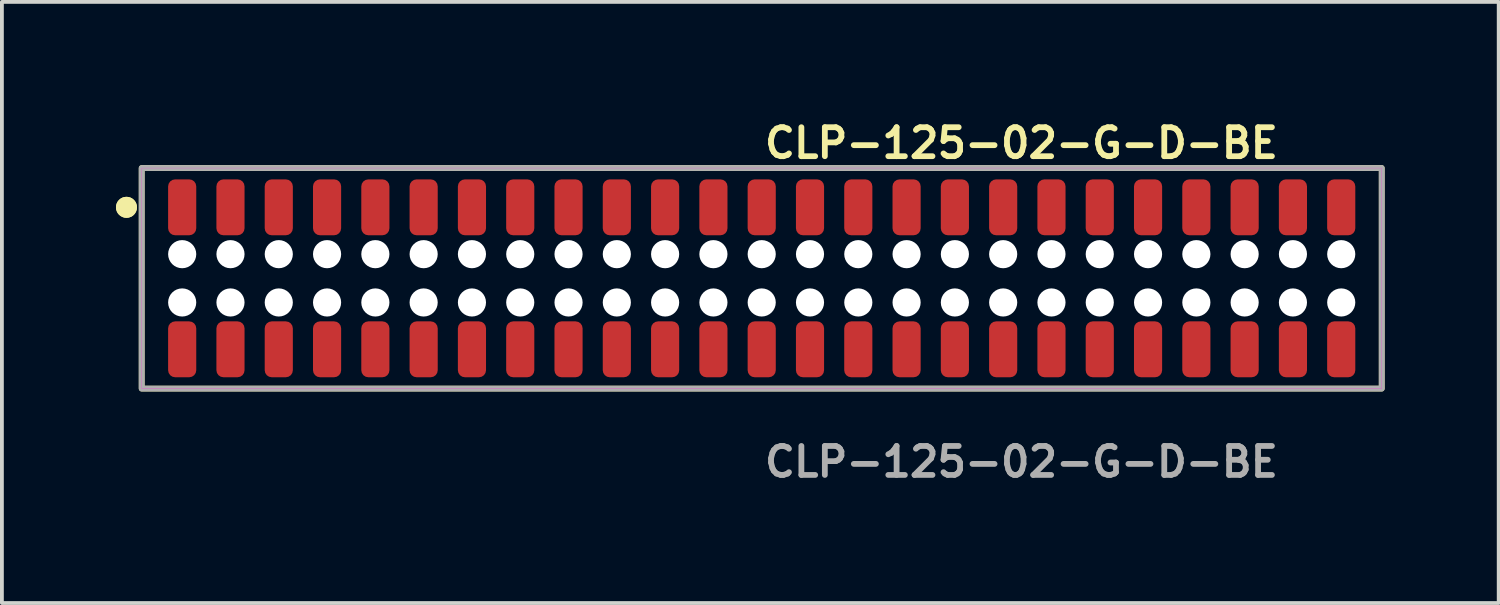
<source format=kicad_pcb>
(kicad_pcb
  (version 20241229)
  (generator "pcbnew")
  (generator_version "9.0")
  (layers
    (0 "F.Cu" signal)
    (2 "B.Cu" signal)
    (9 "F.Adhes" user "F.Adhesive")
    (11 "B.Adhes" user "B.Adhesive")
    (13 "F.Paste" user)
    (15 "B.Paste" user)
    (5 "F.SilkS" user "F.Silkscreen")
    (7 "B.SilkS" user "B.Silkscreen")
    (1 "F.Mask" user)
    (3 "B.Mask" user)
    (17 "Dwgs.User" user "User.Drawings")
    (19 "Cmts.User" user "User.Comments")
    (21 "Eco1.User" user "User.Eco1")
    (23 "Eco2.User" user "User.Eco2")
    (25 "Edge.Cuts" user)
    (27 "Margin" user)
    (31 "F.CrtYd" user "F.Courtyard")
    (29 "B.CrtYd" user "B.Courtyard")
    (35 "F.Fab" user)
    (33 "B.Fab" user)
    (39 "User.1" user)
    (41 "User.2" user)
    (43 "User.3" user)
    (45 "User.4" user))
  (footprint "CLP-125-02-G-D-BE"
    (layer "F.Cu")
    (at 16.981 4.269)
    (property "Reference" "CLP-125-02-G-D-BE" (at 0 -3.556 0) (unlocked yes) (layer "F.SilkS") (effects (font (size 0.762 0.762) (thickness 0.152)) (justify left)))
    (fp_rect (start -16.305 2.9) (end 16.305 -2.9) (stroke (width 0.152) (type solid)) (fill no) (layer "F.SilkS"))
    (fp_circle (center -16.705 -1.867) (end -16.905 -1.867) (stroke (width 0.152) (type solid)) (fill yes) (layer "F.SilkS"))
    (fp_circle (center -16.705 -1.867) (end -16.905 -1.867) (stroke (width 0.152) (type solid)) (fill yes) (layer "F.SilkS"))
    (fp_rect (start -16.305 2.9) (end 16.305 -2.9) (stroke (width 0.006) (type solid)) (fill no) (layer "F.CrtYd"))
    (fp_rect (start -16.305 2.9) (end 16.305 -2.9) (stroke (width 0.152) (type solid)) (fill no) (layer "F.Fab"))
    (fp_text user "${REFERENCE}" (at 0 4.826 0) (unlocked yes) (layer "F.Fab") (effects (font (size 0.762 0.762) (thickness 0.152)) (justify left)))
    (pad "" np_thru_hole circle (at -15.24 -0.635) (size 0.74 0.74) (drill 0.74) (layers "*.Cu" "*.Mask"))
    (pad "" np_thru_hole circle (at -15.24 0.635) (size 0.74 0.74) (drill 0.74) (layers "*.Cu" "*.Mask"))
    (pad "" np_thru_hole circle (at -13.97 -0.635) (size 0.74 0.74) (drill 0.74) (layers "*.Cu" "*.Mask"))
    (pad "" np_thru_hole circle (at -13.97 0.635) (size 0.74 0.74) (drill 0.74) (layers "*.Cu" "*.Mask"))
    (pad "" np_thru_hole circle (at -12.7 -0.635) (size 0.74 0.74) (drill 0.74) (layers "*.Cu" "*.Mask"))
    (pad "" np_thru_hole circle (at -12.7 0.635) (size 0.74 0.74) (drill 0.74) (layers "*.Cu" "*.Mask"))
    (pad "" np_thru_hole circle (at -11.43 -0.635) (size 0.74 0.74) (drill 0.74) (layers "*.Cu" "*.Mask"))
    (pad "" np_thru_hole circle (at -11.43 0.635) (size 0.74 0.74) (drill 0.74) (layers "*.Cu" "*.Mask"))
    (pad "" np_thru_hole circle (at -10.16 -0.635) (size 0.74 0.74) (drill 0.74) (layers "*.Cu" "*.Mask"))
    (pad "" np_thru_hole circle (at -10.16 0.635) (size 0.74 0.74) (drill 0.74) (layers "*.Cu" "*.Mask"))
    (pad "" np_thru_hole circle (at -8.89 -0.635) (size 0.74 0.74) (drill 0.74) (layers "*.Cu" "*.Mask"))
    (pad "" np_thru_hole circle (at -8.89 0.635) (size 0.74 0.74) (drill 0.74) (layers "*.Cu" "*.Mask"))
    (pad "" np_thru_hole circle (at -7.62 -0.635) (size 0.74 0.74) (drill 0.74) (layers "*.Cu" "*.Mask"))
    (pad "" np_thru_hole circle (at -7.62 0.635) (size 0.74 0.74) (drill 0.74) (layers "*.Cu" "*.Mask"))
    (pad "" np_thru_hole circle (at -6.35 -0.635) (size 0.74 0.74) (drill 0.74) (layers "*.Cu" "*.Mask"))
    (pad "" np_thru_hole circle (at -6.35 0.635) (size 0.74 0.74) (drill 0.74) (layers "*.Cu" "*.Mask"))
    (pad "" np_thru_hole circle (at -5.08 -0.635) (size 0.74 0.74) (drill 0.74) (layers "*.Cu" "*.Mask"))
    (pad "" np_thru_hole circle (at -5.08 0.635) (size 0.74 0.74) (drill 0.74) (layers "*.Cu" "*.Mask"))
    (pad "" np_thru_hole circle (at -3.81 -0.635) (size 0.74 0.74) (drill 0.74) (layers "*.Cu" "*.Mask"))
    (pad "" np_thru_hole circle (at -3.81 0.635) (size 0.74 0.74) (drill 0.74) (layers "*.Cu" "*.Mask"))
    (pad "" np_thru_hole circle (at -2.54 -0.635) (size 0.74 0.74) (drill 0.74) (layers "*.Cu" "*.Mask"))
    (pad "" np_thru_hole circle (at -2.54 0.635) (size 0.74 0.74) (drill 0.74) (layers "*.Cu" "*.Mask"))
    (pad "" np_thru_hole circle (at -1.27 -0.635) (size 0.74 0.74) (drill 0.74) (layers "*.Cu" "*.Mask"))
    (pad "" np_thru_hole circle (at -1.27 0.635) (size 0.74 0.74) (drill 0.74) (layers "*.Cu" "*.Mask"))
    (pad "" np_thru_hole circle (at 0 -0.635) (size 0.74 0.74) (drill 0.74) (layers "*.Cu" "*.Mask"))
    (pad "" np_thru_hole circle (at 0 0.635) (size 0.74 0.74) (drill 0.74) (layers "*.Cu" "*.Mask"))
    (pad "" np_thru_hole circle (at 1.27 -0.635) (size 0.74 0.74) (drill 0.74) (layers "*.Cu" "*.Mask"))
    (pad "" np_thru_hole circle (at 1.27 0.635) (size 0.74 0.74) (drill 0.74) (layers "*.Cu" "*.Mask"))
    (pad "" np_thru_hole circle (at 2.54 -0.635) (size 0.74 0.74) (drill 0.74) (layers "*.Cu" "*.Mask"))
    (pad "" np_thru_hole circle (at 2.54 0.635) (size 0.74 0.74) (drill 0.74) (layers "*.Cu" "*.Mask"))
    (pad "" np_thru_hole circle (at 3.81 -0.635) (size 0.74 0.74) (drill 0.74) (layers "*.Cu" "*.Mask"))
    (pad "" np_thru_hole circle (at 3.81 0.635) (size 0.74 0.74) (drill 0.74) (layers "*.Cu" "*.Mask"))
    (pad "" np_thru_hole circle (at 5.08 -0.635) (size 0.74 0.74) (drill 0.74) (layers "*.Cu" "*.Mask"))
    (pad "" np_thru_hole circle (at 5.08 0.635) (size 0.74 0.74) (drill 0.74) (layers "*.Cu" "*.Mask"))
    (pad "" np_thru_hole circle (at 6.35 -0.635) (size 0.74 0.74) (drill 0.74) (layers "*.Cu" "*.Mask"))
    (pad "" np_thru_hole circle (at 6.35 0.635) (size 0.74 0.74) (drill 0.74) (layers "*.Cu" "*.Mask"))
    (pad "" np_thru_hole circle (at 7.62 -0.635) (size 0.74 0.74) (drill 0.74) (layers "*.Cu" "*.Mask"))
    (pad "" np_thru_hole circle (at 7.62 0.635) (size 0.74 0.74) (drill 0.74) (layers "*.Cu" "*.Mask"))
    (pad "" np_thru_hole circle (at 8.89 -0.635) (size 0.74 0.74) (drill 0.74) (layers "*.Cu" "*.Mask"))
    (pad "" np_thru_hole circle (at 8.89 0.635) (size 0.74 0.74) (drill 0.74) (layers "*.Cu" "*.Mask"))
    (pad "" np_thru_hole circle (at 10.16 -0.635) (size 0.74 0.74) (drill 0.74) (layers "*.Cu" "*.Mask"))
    (pad "" np_thru_hole circle (at 10.16 0.635) (size 0.74 0.74) (drill 0.74) (layers "*.Cu" "*.Mask"))
    (pad "" np_thru_hole circle (at 11.43 -0.635) (size 0.74 0.74) (drill 0.74) (layers "*.Cu" "*.Mask"))
    (pad "" np_thru_hole circle (at 11.43 0.635) (size 0.74 0.74) (drill 0.74) (layers "*.Cu" "*.Mask"))
    (pad "" np_thru_hole circle (at 12.7 -0.635) (size 0.74 0.74) (drill 0.74) (layers "*.Cu" "*.Mask"))
    (pad "" np_thru_hole circle (at 12.7 0.635) (size 0.74 0.74) (drill 0.74) (layers "*.Cu" "*.Mask"))
    (pad "" np_thru_hole circle (at 13.97 -0.635) (size 0.74 0.74) (drill 0.74) (layers "*.Cu" "*.Mask"))
    (pad "" np_thru_hole circle (at 13.97 0.635) (size 0.74 0.74) (drill 0.74) (layers "*.Cu" "*.Mask"))
    (pad "" np_thru_hole circle (at 15.24 -0.635) (size 0.74 0.74) (drill 0.74) (layers "*.Cu" "*.Mask"))
    (pad "" np_thru_hole circle (at 15.24 0.635) (size 0.74 0.74) (drill 0.74) (layers "*.Cu" "*.Mask"))
    (pad "1" smd roundrect (at -15.24 -1.867) (size 0.74 1.47) (layers "F.Cu" "F.Paste") (roundrect_rratio 0.25))
    (pad "2" smd roundrect (at -15.24 1.867) (size 0.74 1.47) (layers "F.Cu" "F.Paste") (roundrect_rratio 0.25))
    (pad "3" smd roundrect (at -13.97 -1.867) (size 0.74 1.47) (layers "F.Cu" "F.Paste") (roundrect_rratio 0.25))
    (pad "4" smd roundrect (at -13.97 1.867) (size 0.74 1.47) (layers "F.Cu" "F.Paste") (roundrect_rratio 0.25))
    (pad "5" smd roundrect (at -12.7 -1.867) (size 0.74 1.47) (layers "F.Cu" "F.Paste") (roundrect_rratio 0.25))
    (pad "6" smd roundrect (at -12.7 1.867) (size 0.74 1.47) (layers "F.Cu" "F.Paste") (roundrect_rratio 0.25))
    (pad "7" smd roundrect (at -11.43 -1.867) (size 0.74 1.47) (layers "F.Cu" "F.Paste") (roundrect_rratio 0.25))
    (pad "8" smd roundrect (at -11.43 1.867) (size 0.74 1.47) (layers "F.Cu" "F.Paste") (roundrect_rratio 0.25))
    (pad "9" smd roundrect (at -10.16 -1.867) (size 0.74 1.47) (layers "F.Cu" "F.Paste") (roundrect_rratio 0.25))
    (pad "10" smd roundrect (at -10.16 1.867) (size 0.74 1.47) (layers "F.Cu" "F.Paste") (roundrect_rratio 0.25))
    (pad "11" smd roundrect (at -8.89 -1.867) (size 0.74 1.47) (layers "F.Cu" "F.Paste") (roundrect_rratio 0.25))
    (pad "12" smd roundrect (at -8.89 1.867) (size 0.74 1.47) (layers "F.Cu" "F.Paste") (roundrect_rratio 0.25))
    (pad "13" smd roundrect (at -7.62 -1.867) (size 0.74 1.47) (layers "F.Cu" "F.Paste") (roundrect_rratio 0.25))
    (pad "14" smd roundrect (at -7.62 1.867) (size 0.74 1.47) (layers "F.Cu" "F.Paste") (roundrect_rratio 0.25))
    (pad "15" smd roundrect (at -6.35 -1.867) (size 0.74 1.47) (layers "F.Cu" "F.Paste") (roundrect_rratio 0.25))
    (pad "16" smd roundrect (at -6.35 1.867) (size 0.74 1.47) (layers "F.Cu" "F.Paste") (roundrect_rratio 0.25))
    (pad "17" smd roundrect (at -5.08 -1.867) (size 0.74 1.47) (layers "F.Cu" "F.Paste") (roundrect_rratio 0.25))
    (pad "18" smd roundrect (at -5.08 1.867) (size 0.74 1.47) (layers "F.Cu" "F.Paste") (roundrect_rratio 0.25))
    (pad "19" smd roundrect (at -3.81 -1.867) (size 0.74 1.47) (layers "F.Cu" "F.Paste") (roundrect_rratio 0.25))
    (pad "20" smd roundrect (at -3.81 1.867) (size 0.74 1.47) (layers "F.Cu" "F.Paste") (roundrect_rratio 0.25))
    (pad "21" smd roundrect (at -2.54 -1.867) (size 0.74 1.47) (layers "F.Cu" "F.Paste") (roundrect_rratio 0.25))
    (pad "22" smd roundrect (at -2.54 1.867) (size 0.74 1.47) (layers "F.Cu" "F.Paste") (roundrect_rratio 0.25))
    (pad "23" smd roundrect (at -1.27 -1.867) (size 0.74 1.47) (layers "F.Cu" "F.Paste") (roundrect_rratio 0.25))
    (pad "24" smd roundrect (at -1.27 1.867) (size 0.74 1.47) (layers "F.Cu" "F.Paste") (roundrect_rratio 0.25))
    (pad "25" smd roundrect (at 0 -1.867) (size 0.74 1.47) (layers "F.Cu" "F.Paste") (roundrect_rratio 0.25))
    (pad "26" smd roundrect (at 0 1.867) (size 0.74 1.47) (layers "F.Cu" "F.Paste") (roundrect_rratio 0.25))
    (pad "27" smd roundrect (at 1.27 -1.867) (size 0.74 1.47) (layers "F.Cu" "F.Paste") (roundrect_rratio 0.25))
    (pad "28" smd roundrect (at 1.27 1.867) (size 0.74 1.47) (layers "F.Cu" "F.Paste") (roundrect_rratio 0.25))
    (pad "29" smd roundrect (at 2.54 -1.867) (size 0.74 1.47) (layers "F.Cu" "F.Paste") (roundrect_rratio 0.25))
    (pad "30" smd roundrect (at 2.54 1.867) (size 0.74 1.47) (layers "F.Cu" "F.Paste") (roundrect_rratio 0.25))
    (pad "31" smd roundrect (at 3.81 -1.867) (size 0.74 1.47) (layers "F.Cu" "F.Paste") (roundrect_rratio 0.25))
    (pad "32" smd roundrect (at 3.81 1.867) (size 0.74 1.47) (layers "F.Cu" "F.Paste") (roundrect_rratio 0.25))
    (pad "33" smd roundrect (at 5.08 -1.867) (size 0.74 1.47) (layers "F.Cu" "F.Paste") (roundrect_rratio 0.25))
    (pad "34" smd roundrect (at 5.08 1.867) (size 0.74 1.47) (layers "F.Cu" "F.Paste") (roundrect_rratio 0.25))
    (pad "35" smd roundrect (at 6.35 -1.867) (size 0.74 1.47) (layers "F.Cu" "F.Paste") (roundrect_rratio 0.25))
    (pad "36" smd roundrect (at 6.35 1.867) (size 0.74 1.47) (layers "F.Cu" "F.Paste") (roundrect_rratio 0.25))
    (pad "37" smd roundrect (at 7.62 -1.867) (size 0.74 1.47) (layers "F.Cu" "F.Paste") (roundrect_rratio 0.25))
    (pad "38" smd roundrect (at 7.62 1.867) (size 0.74 1.47) (layers "F.Cu" "F.Paste") (roundrect_rratio 0.25))
    (pad "39" smd roundrect (at 8.89 -1.867) (size 0.74 1.47) (layers "F.Cu" "F.Paste") (roundrect_rratio 0.25))
    (pad "40" smd roundrect (at 8.89 1.867) (size 0.74 1.47) (layers "F.Cu" "F.Paste") (roundrect_rratio 0.25))
    (pad "41" smd roundrect (at 10.16 -1.867) (size 0.74 1.47) (layers "F.Cu" "F.Paste") (roundrect_rratio 0.25))
    (pad "42" smd roundrect (at 10.16 1.867) (size 0.74 1.47) (layers "F.Cu" "F.Paste") (roundrect_rratio 0.25))
    (pad "43" smd roundrect (at 11.43 -1.867) (size 0.74 1.47) (layers "F.Cu" "F.Paste") (roundrect_rratio 0.25))
    (pad "44" smd roundrect (at 11.43 1.867) (size 0.74 1.47) (layers "F.Cu" "F.Paste") (roundrect_rratio 0.25))
    (pad "45" smd roundrect (at 12.7 -1.867) (size 0.74 1.47) (layers "F.Cu" "F.Paste") (roundrect_rratio 0.25))
    (pad "46" smd roundrect (at 12.7 1.867) (size 0.74 1.47) (layers "F.Cu" "F.Paste") (roundrect_rratio 0.25))
    (pad "47" smd roundrect (at 13.97 -1.867) (size 0.74 1.47) (layers "F.Cu" "F.Paste") (roundrect_rratio 0.25))
    (pad "48" smd roundrect (at 13.97 1.867) (size 0.74 1.47) (layers "F.Cu" "F.Paste") (roundrect_rratio 0.25))
    (pad "49" smd roundrect (at 15.24 -1.867) (size 0.74 1.47) (layers "F.Cu" "F.Paste") (roundrect_rratio 0.25))
    (pad "50" smd roundrect (at 15.24 1.867) (size 0.74 1.47) (layers "F.Cu" "F.Paste") (roundrect_rratio 0.25)))
  (gr_rect
    (start -3 -3)
    (end 36.362 12.808)
    (stroke (width 0.1) (type default))
    (fill no)
    (layer "Edge.Cuts")))
</source>
